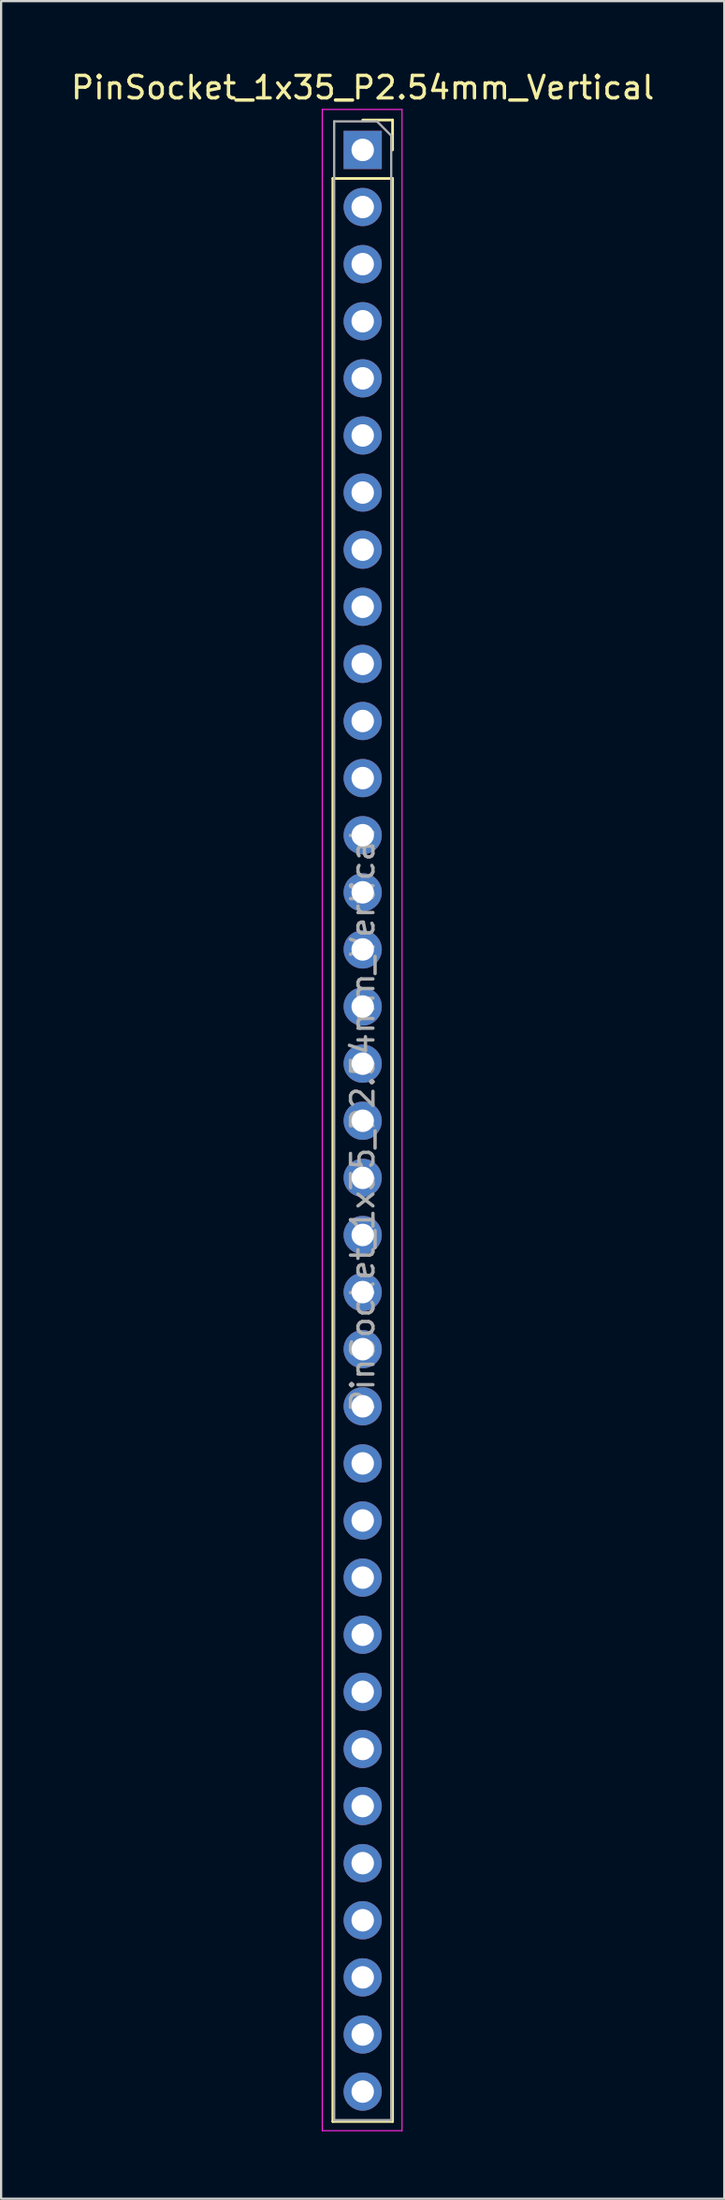
<source format=kicad_pcb>
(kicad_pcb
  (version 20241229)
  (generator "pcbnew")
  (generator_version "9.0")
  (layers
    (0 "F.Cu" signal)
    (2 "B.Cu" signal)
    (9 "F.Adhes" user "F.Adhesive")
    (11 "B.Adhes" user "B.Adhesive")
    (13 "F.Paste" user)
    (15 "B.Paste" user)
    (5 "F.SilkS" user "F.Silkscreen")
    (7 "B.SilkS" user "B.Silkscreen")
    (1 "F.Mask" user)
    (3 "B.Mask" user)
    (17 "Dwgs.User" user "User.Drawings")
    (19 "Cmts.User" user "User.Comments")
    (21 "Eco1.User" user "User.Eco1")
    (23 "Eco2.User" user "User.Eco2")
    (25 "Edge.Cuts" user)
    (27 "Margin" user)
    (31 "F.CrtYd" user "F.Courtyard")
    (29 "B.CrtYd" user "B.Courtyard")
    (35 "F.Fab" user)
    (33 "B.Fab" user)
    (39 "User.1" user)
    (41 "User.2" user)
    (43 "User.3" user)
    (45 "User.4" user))
  (footprint "PinSocket_1x35_P2.54mm_Vertical"
    (layer "F.Cu")
    (at 13.101 3.618)
    (property "Reference" "PinSocket_1x35_P2.54mm_Vertical" (at 0 -2.77 0) (layer "F.SilkS") (effects (font (size 1 1) (thickness 0.15))))
    (attr through_hole)
    (fp_line (start -1.33 1.27) (end -1.33 87.69) (stroke (width 0.12) (type solid)) (layer "F.SilkS"))
    (fp_line (start -1.33 1.27) (end 1.33 1.27) (stroke (width 0.12) (type solid)) (layer "F.SilkS"))
    (fp_line (start -1.33 87.69) (end 1.33 87.69) (stroke (width 0.12) (type solid)) (layer "F.SilkS"))
    (fp_line (start 0 -1.33) (end 1.33 -1.33) (stroke (width 0.12) (type solid)) (layer "F.SilkS"))
    (fp_line (start 1.33 -1.33) (end 1.33 0) (stroke (width 0.12) (type solid)) (layer "F.SilkS"))
    (fp_line (start 1.33 1.27) (end 1.33 87.69) (stroke (width 0.12) (type solid)) (layer "F.SilkS"))
    (fp_line (start -1.8 -1.8) (end 1.75 -1.8) (stroke (width 0.05) (type solid)) (layer "F.CrtYd"))
    (fp_line (start -1.8 88.1) (end -1.8 -1.8) (stroke (width 0.05) (type solid)) (layer "F.CrtYd"))
    (fp_line (start 1.75 -1.8) (end 1.75 88.1) (stroke (width 0.05) (type solid)) (layer "F.CrtYd"))
    (fp_line (start 1.75 88.1) (end -1.8 88.1) (stroke (width 0.05) (type solid)) (layer "F.CrtYd"))
    (fp_line (start -1.27 -1.27) (end 0.635 -1.27) (stroke (width 0.1) (type solid)) (layer "F.Fab"))
    (fp_line (start -1.27 87.63) (end -1.27 -1.27) (stroke (width 0.1) (type solid)) (layer "F.Fab"))
    (fp_line (start 0.635 -1.27) (end 1.27 -0.635) (stroke (width 0.1) (type solid)) (layer "F.Fab"))
    (fp_line (start 1.27 -0.635) (end 1.27 87.63) (stroke (width 0.1) (type solid)) (layer "F.Fab"))
    (fp_line (start 1.27 87.63) (end -1.27 87.63) (stroke (width 0.1) (type solid)) (layer "F.Fab"))
    (fp_text user "${REFERENCE}" (at 0 43.18 90) (layer "F.Fab") (effects (font (size 1 1) (thickness 0.15))))
    (pad "1" thru_hole rect (at 0 0) (size 1.7 1.7) (drill 1) (layers "*.Cu" "*.Mask"))
    (pad "2" thru_hole oval (at 0 2.54) (size 1.7 1.7) (drill 1) (layers "*.Cu" "*.Mask"))
    (pad "3" thru_hole oval (at 0 5.08) (size 1.7 1.7) (drill 1) (layers "*.Cu" "*.Mask"))
    (pad "4" thru_hole oval (at 0 7.62) (size 1.7 1.7) (drill 1) (layers "*.Cu" "*.Mask"))
    (pad "5" thru_hole oval (at 0 10.16) (size 1.7 1.7) (drill 1) (layers "*.Cu" "*.Mask"))
    (pad "6" thru_hole oval (at 0 12.7) (size 1.7 1.7) (drill 1) (layers "*.Cu" "*.Mask"))
    (pad "7" thru_hole oval (at 0 15.24) (size 1.7 1.7) (drill 1) (layers "*.Cu" "*.Mask"))
    (pad "8" thru_hole oval (at 0 17.78) (size 1.7 1.7) (drill 1) (layers "*.Cu" "*.Mask"))
    (pad "9" thru_hole oval (at 0 20.32) (size 1.7 1.7) (drill 1) (layers "*.Cu" "*.Mask"))
    (pad "10" thru_hole oval (at 0 22.86) (size 1.7 1.7) (drill 1) (layers "*.Cu" "*.Mask"))
    (pad "11" thru_hole oval (at 0 25.4) (size 1.7 1.7) (drill 1) (layers "*.Cu" "*.Mask"))
    (pad "12" thru_hole oval (at 0 27.94) (size 1.7 1.7) (drill 1) (layers "*.Cu" "*.Mask"))
    (pad "13" thru_hole oval (at 0 30.48) (size 1.7 1.7) (drill 1) (layers "*.Cu" "*.Mask"))
    (pad "14" thru_hole oval (at 0 33.02) (size 1.7 1.7) (drill 1) (layers "*.Cu" "*.Mask"))
    (pad "15" thru_hole oval (at 0 35.56) (size 1.7 1.7) (drill 1) (layers "*.Cu" "*.Mask"))
    (pad "16" thru_hole oval (at 0 38.1) (size 1.7 1.7) (drill 1) (layers "*.Cu" "*.Mask"))
    (pad "17" thru_hole oval (at 0 40.64) (size 1.7 1.7) (drill 1) (layers "*.Cu" "*.Mask"))
    (pad "18" thru_hole oval (at 0 43.18) (size 1.7 1.7) (drill 1) (layers "*.Cu" "*.Mask"))
    (pad "19" thru_hole oval (at 0 45.72) (size 1.7 1.7) (drill 1) (layers "*.Cu" "*.Mask"))
    (pad "20" thru_hole oval (at 0 48.26) (size 1.7 1.7) (drill 1) (layers "*.Cu" "*.Mask"))
    (pad "21" thru_hole oval (at 0 50.8) (size 1.7 1.7) (drill 1) (layers "*.Cu" "*.Mask"))
    (pad "22" thru_hole oval (at 0 53.34) (size 1.7 1.7) (drill 1) (layers "*.Cu" "*.Mask"))
    (pad "23" thru_hole oval (at 0 55.88) (size 1.7 1.7) (drill 1) (layers "*.Cu" "*.Mask"))
    (pad "24" thru_hole oval (at 0 58.42) (size 1.7 1.7) (drill 1) (layers "*.Cu" "*.Mask"))
    (pad "25" thru_hole oval (at 0 60.96) (size 1.7 1.7) (drill 1) (layers "*.Cu" "*.Mask"))
    (pad "26" thru_hole oval (at 0 63.5) (size 1.7 1.7) (drill 1) (layers "*.Cu" "*.Mask"))
    (pad "27" thru_hole oval (at 0 66.04) (size 1.7 1.7) (drill 1) (layers "*.Cu" "*.Mask"))
    (pad "28" thru_hole oval (at 0 68.58) (size 1.7 1.7) (drill 1) (layers "*.Cu" "*.Mask"))
    (pad "29" thru_hole oval (at 0 71.12) (size 1.7 1.7) (drill 1) (layers "*.Cu" "*.Mask"))
    (pad "30" thru_hole oval (at 0 73.66) (size 1.7 1.7) (drill 1) (layers "*.Cu" "*.Mask"))
    (pad "31" thru_hole oval (at 0 76.2) (size 1.7 1.7) (drill 1) (layers "*.Cu" "*.Mask"))
    (pad "32" thru_hole oval (at 0 78.74) (size 1.7 1.7) (drill 1) (layers "*.Cu" "*.Mask"))
    (pad "33" thru_hole oval (at 0 81.28) (size 1.7 1.7) (drill 1) (layers "*.Cu" "*.Mask"))
    (pad "34" thru_hole oval (at 0 83.82) (size 1.7 1.7) (drill 1) (layers "*.Cu" "*.Mask"))
    (pad "35" thru_hole oval (at 0 86.36) (size 1.7 1.7) (drill 1) (layers "*.Cu" "*.Mask")))
  (gr_rect
    (start -3 -3)
    (end 29.202 94.743)
    (stroke (width 0.1) (type default))
    (fill no)
    (layer "Edge.Cuts")))
</source>
